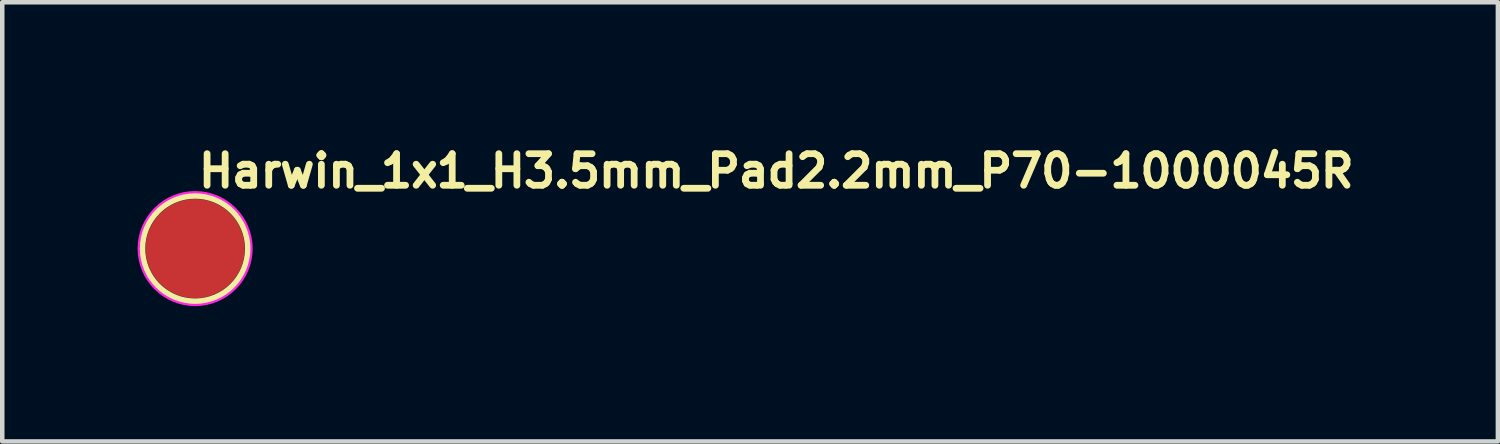
<source format=kicad_pcb>
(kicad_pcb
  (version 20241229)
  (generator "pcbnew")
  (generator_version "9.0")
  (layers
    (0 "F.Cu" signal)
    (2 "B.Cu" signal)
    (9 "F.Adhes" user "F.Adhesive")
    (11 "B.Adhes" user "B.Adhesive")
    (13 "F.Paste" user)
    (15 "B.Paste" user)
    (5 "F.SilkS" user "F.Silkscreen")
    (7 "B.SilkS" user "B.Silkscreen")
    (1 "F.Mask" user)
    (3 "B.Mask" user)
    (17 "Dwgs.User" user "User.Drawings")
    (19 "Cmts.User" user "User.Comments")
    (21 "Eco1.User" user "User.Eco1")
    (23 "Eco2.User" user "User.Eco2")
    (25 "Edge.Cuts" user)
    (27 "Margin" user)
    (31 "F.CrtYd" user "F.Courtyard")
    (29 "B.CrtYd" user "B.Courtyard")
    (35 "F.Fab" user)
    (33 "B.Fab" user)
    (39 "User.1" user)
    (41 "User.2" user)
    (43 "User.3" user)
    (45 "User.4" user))
  (footprint "Harwin_1x1_H3.5mm_Pad2.2mm_P70-1000045R"
    (layer "F.Cu")
    (at 1.275 2.46)
    (property "Reference" "Harwin_1x1_H3.5mm_Pad2.2mm_P70-1000045R" (at 0 -1.31 0) (layer "F.SilkS") (effects (font (size 0.7 0.7) (thickness 0.15)) (justify left bottom)))
    (attr smd)
    (fp_circle (center 0 0) (end 1.18 0) (stroke (width 0.15) (type solid)) (fill no) (layer "F.SilkS"))
    (fp_circle (center 0 0) (end 0 -1.25) (stroke (width 0.05) (type solid)) (fill no) (layer "F.CrtYd"))
    (fp_rect (start -1 -1) (end 1 1) (stroke (width 0.1) (type solid)) (fill no) (layer "User.5"))
    (fp_line (start -0.996 -0.087) (end -1 0) (stroke (width 0.02) (type solid)) (layer "User.9"))
    (fp_line (start -0.996 0.087) (end -1 0) (stroke (width 0.02) (type solid)) (layer "User.9"))
    (fp_line (start -0.985 -0.174) (end -0.996 -0.087) (stroke (width 0.02) (type solid)) (layer "User.9"))
    (fp_line (start -0.985 0.174) (end -0.996 0.087) (stroke (width 0.02) (type solid)) (layer "User.9"))
    (fp_line (start -0.966 -0.259) (end -0.985 -0.174) (stroke (width 0.02) (type solid)) (layer "User.9"))
    (fp_line (start -0.966 0.259) (end -0.985 0.174) (stroke (width 0.02) (type solid)) (layer "User.9"))
    (fp_line (start -0.94 -0.342) (end -0.966 -0.259) (stroke (width 0.02) (type solid)) (layer "User.9"))
    (fp_line (start -0.94 0.342) (end -0.966 0.259) (stroke (width 0.02) (type solid)) (layer "User.9"))
    (fp_line (start -0.906 -0.423) (end -0.94 -0.342) (stroke (width 0.02) (type solid)) (layer "User.9"))
    (fp_line (start -0.906 0.423) (end -0.94 0.342) (stroke (width 0.02) (type solid)) (layer "User.9"))
    (fp_line (start -0.866 -0.5) (end -0.906 -0.423) (stroke (width 0.02) (type solid)) (layer "User.9"))
    (fp_line (start -0.866 0.5) (end -0.906 0.423) (stroke (width 0.02) (type solid)) (layer "User.9"))
    (fp_line (start -0.819 -0.574) (end -0.866 -0.5) (stroke (width 0.02) (type solid)) (layer "User.9"))
    (fp_line (start -0.819 0.574) (end -0.866 0.5) (stroke (width 0.02) (type solid)) (layer "User.9"))
    (fp_line (start -0.796 -0.078) (end -0.8 0) (stroke (width 0.02) (type solid)) (layer "User.9"))
    (fp_line (start -0.796 0.078) (end -0.8 0) (stroke (width 0.02) (type solid)) (layer "User.9"))
    (fp_line (start -0.785 -0.156) (end -0.796 -0.078) (stroke (width 0.02) (type solid)) (layer "User.9"))
    (fp_line (start -0.785 0.156) (end -0.796 0.078) (stroke (width 0.02) (type solid)) (layer "User.9"))
    (fp_line (start -0.766 -0.643) (end -0.819 -0.574) (stroke (width 0.02) (type solid)) (layer "User.9"))
    (fp_line (start -0.766 -0.232) (end -0.785 -0.156) (stroke (width 0.02) (type solid)) (layer "User.9"))
    (fp_line (start -0.766 0.232) (end -0.785 0.156) (stroke (width 0.02) (type solid)) (layer "User.9"))
    (fp_line (start -0.766 0.643) (end -0.819 0.574) (stroke (width 0.02) (type solid)) (layer "User.9"))
    (fp_line (start -0.746 -0.076) (end -0.75 0) (stroke (width 0.02) (type solid)) (layer "User.9"))
    (fp_line (start -0.746 -0.076) (end -0.75 0) (stroke (width 0.02) (type solid)) (layer "User.9"))
    (fp_line (start -0.746 0.076) (end -0.75 0) (stroke (width 0.02) (type solid)) (layer "User.9"))
    (fp_line (start -0.746 0.076) (end -0.75 0) (stroke (width 0.02) (type solid)) (layer "User.9"))
    (fp_line (start -0.739 -0.306) (end -0.766 -0.232) (stroke (width 0.02) (type solid)) (layer "User.9"))
    (fp_line (start -0.739 0.306) (end -0.766 0.232) (stroke (width 0.02) (type solid)) (layer "User.9"))
    (fp_line (start -0.735 -0.151) (end -0.746 -0.076) (stroke (width 0.02) (type solid)) (layer "User.9"))
    (fp_line (start -0.735 -0.151) (end -0.746 -0.076) (stroke (width 0.02) (type solid)) (layer "User.9"))
    (fp_line (start -0.735 0.151) (end -0.746 0.076) (stroke (width 0.02) (type solid)) (layer "User.9"))
    (fp_line (start -0.735 0.151) (end -0.746 0.076) (stroke (width 0.02) (type solid)) (layer "User.9"))
    (fp_line (start -0.716 -0.225) (end -0.735 -0.151) (stroke (width 0.02) (type solid)) (layer "User.9"))
    (fp_line (start -0.716 -0.225) (end -0.735 -0.151) (stroke (width 0.02) (type solid)) (layer "User.9"))
    (fp_line (start -0.716 0.225) (end -0.735 0.151) (stroke (width 0.02) (type solid)) (layer "User.9"))
    (fp_line (start -0.716 0.225) (end -0.735 0.151) (stroke (width 0.02) (type solid)) (layer "User.9"))
    (fp_line (start -0.707 -0.707) (end -0.766 -0.643) (stroke (width 0.02) (type solid)) (layer "User.9"))
    (fp_line (start -0.707 0.707) (end -0.766 0.643) (stroke (width 0.02) (type solid)) (layer "User.9"))
    (fp_line (start -0.706 -0.377) (end -0.739 -0.306) (stroke (width 0.02) (type solid)) (layer "User.9"))
    (fp_line (start -0.706 0.377) (end -0.739 0.306) (stroke (width 0.02) (type solid)) (layer "User.9"))
    (fp_line (start -0.689 -0.296) (end -0.716 -0.225) (stroke (width 0.02) (type solid)) (layer "User.9"))
    (fp_line (start -0.689 -0.296) (end -0.716 -0.225) (stroke (width 0.02) (type solid)) (layer "User.9"))
    (fp_line (start -0.689 0.296) (end -0.716 0.225) (stroke (width 0.02) (type solid)) (layer "User.9"))
    (fp_line (start -0.689 0.296) (end -0.716 0.225) (stroke (width 0.02) (type solid)) (layer "User.9"))
    (fp_line (start -0.665 -0.444) (end -0.706 -0.377) (stroke (width 0.02) (type solid)) (layer "User.9"))
    (fp_line (start -0.665 0.444) (end -0.706 0.377) (stroke (width 0.02) (type solid)) (layer "User.9"))
    (fp_line (start -0.656 -0.364) (end -0.689 -0.296) (stroke (width 0.02) (type solid)) (layer "User.9"))
    (fp_line (start -0.656 -0.364) (end -0.689 -0.296) (stroke (width 0.02) (type solid)) (layer "User.9"))
    (fp_line (start -0.656 0.364) (end -0.689 0.296) (stroke (width 0.02) (type solid)) (layer "User.9"))
    (fp_line (start -0.656 0.364) (end -0.689 0.296) (stroke (width 0.02) (type solid)) (layer "User.9"))
    (fp_line (start -0.643 -0.766) (end -0.707 -0.707) (stroke (width 0.02) (type solid)) (layer "User.9"))
    (fp_line (start -0.643 0.766) (end -0.707 0.707) (stroke (width 0.02) (type solid)) (layer "User.9"))
    (fp_line (start -0.618 -0.508) (end -0.665 -0.444) (stroke (width 0.02) (type solid)) (layer "User.9"))
    (fp_line (start -0.618 0.508) (end -0.665 0.444) (stroke (width 0.02) (type solid)) (layer "User.9"))
    (fp_line (start -0.616 -0.428) (end -0.656 -0.364) (stroke (width 0.02) (type solid)) (layer "User.9"))
    (fp_line (start -0.616 -0.428) (end -0.656 -0.364) (stroke (width 0.02) (type solid)) (layer "User.9"))
    (fp_line (start -0.616 0.428) (end -0.656 0.364) (stroke (width 0.02) (type solid)) (layer "User.9"))
    (fp_line (start -0.616 0.428) (end -0.656 0.364) (stroke (width 0.02) (type solid)) (layer "User.9"))
    (fp_line (start -0.574 -0.819) (end -0.643 -0.766) (stroke (width 0.02) (type solid)) (layer "User.9"))
    (fp_line (start -0.574 0.819) (end -0.643 0.766) (stroke (width 0.02) (type solid)) (layer "User.9"))
    (fp_line (start -0.569 -0.489) (end -0.616 -0.428) (stroke (width 0.02) (type solid)) (layer "User.9"))
    (fp_line (start -0.569 -0.489) (end -0.616 -0.428) (stroke (width 0.02) (type solid)) (layer "User.9"))
    (fp_line (start -0.569 0.489) (end -0.616 0.428) (stroke (width 0.02) (type solid)) (layer "User.9"))
    (fp_line (start -0.569 0.489) (end -0.616 0.428) (stroke (width 0.02) (type solid)) (layer "User.9"))
    (fp_line (start -0.566 -0.566) (end -0.618 -0.508) (stroke (width 0.02) (type solid)) (layer "User.9"))
    (fp_line (start -0.566 0.566) (end -0.618 0.508) (stroke (width 0.02) (type solid)) (layer "User.9"))
    (fp_line (start -0.546 -0.064) (end -0.55 0) (stroke (width 0.02) (type solid)) (layer "User.9"))
    (fp_line (start -0.546 0.064) (end -0.55 0) (stroke (width 0.02) (type solid)) (layer "User.9"))
    (fp_line (start -0.535 -0.127) (end -0.546 -0.064) (stroke (width 0.02) (type solid)) (layer "User.9"))
    (fp_line (start -0.535 0.127) (end -0.546 0.064) (stroke (width 0.02) (type solid)) (layer "User.9"))
    (fp_line (start -0.517 -0.544) (end -0.569 -0.489) (stroke (width 0.02) (type solid)) (layer "User.9"))
    (fp_line (start -0.517 -0.544) (end -0.569 -0.489) (stroke (width 0.02) (type solid)) (layer "User.9"))
    (fp_line (start -0.517 -0.188) (end -0.535 -0.127) (stroke (width 0.02) (type solid)) (layer "User.9"))
    (fp_line (start -0.517 0.188) (end -0.535 0.127) (stroke (width 0.02) (type solid)) (layer "User.9"))
    (fp_line (start -0.517 0.544) (end -0.569 0.489) (stroke (width 0.02) (type solid)) (layer "User.9"))
    (fp_line (start -0.517 0.544) (end -0.569 0.489) (stroke (width 0.02) (type solid)) (layer "User.9"))
    (fp_line (start -0.508 -0.618) (end -0.566 -0.566) (stroke (width 0.02) (type solid)) (layer "User.9"))
    (fp_line (start -0.508 0.618) (end -0.566 0.566) (stroke (width 0.02) (type solid)) (layer "User.9"))
    (fp_line (start -0.5 -0.866) (end -0.574 -0.819) (stroke (width 0.02) (type solid)) (layer "User.9"))
    (fp_line (start -0.5 0.866) (end -0.574 0.819) (stroke (width 0.02) (type solid)) (layer "User.9"))
    (fp_line (start -0.491 -0.247) (end -0.517 -0.188) (stroke (width 0.02) (type solid)) (layer "User.9"))
    (fp_line (start -0.491 0.247) (end -0.517 0.188) (stroke (width 0.02) (type solid)) (layer "User.9"))
    (fp_line (start -0.46 -0.302) (end -0.491 -0.247) (stroke (width 0.02) (type solid)) (layer "User.9"))
    (fp_line (start -0.46 0.302) (end -0.491 0.247) (stroke (width 0.02) (type solid)) (layer "User.9"))
    (fp_line (start -0.459 -0.593) (end -0.517 -0.544) (stroke (width 0.02) (type solid)) (layer "User.9"))
    (fp_line (start -0.459 -0.593) (end -0.517 -0.544) (stroke (width 0.02) (type solid)) (layer "User.9"))
    (fp_line (start -0.459 0.593) (end -0.517 0.544) (stroke (width 0.02) (type solid)) (layer "User.9"))
    (fp_line (start -0.459 0.593) (end -0.517 0.544) (stroke (width 0.02) (type solid)) (layer "User.9"))
    (fp_line (start -0.446 -0.059) (end -0.45 0) (stroke (width 0.02) (type solid)) (layer "User.9"))
    (fp_line (start -0.446 -0.059) (end -0.45 0) (stroke (width 0.02) (type solid)) (layer "User.9"))
    (fp_line (start -0.446 0.059) (end -0.45 0) (stroke (width 0.02) (type solid)) (layer "User.9"))
    (fp_line (start -0.446 0.059) (end -0.45 0) (stroke (width 0.02) (type solid)) (layer "User.9"))
    (fp_line (start -0.444 -0.665) (end -0.508 -0.618) (stroke (width 0.02) (type solid)) (layer "User.9"))
    (fp_line (start -0.444 0.665) (end -0.508 0.618) (stroke (width 0.02) (type solid)) (layer "User.9"))
    (fp_line (start -0.435 -0.116) (end -0.446 -0.059) (stroke (width 0.02) (type solid)) (layer "User.9"))
    (fp_line (start -0.435 -0.116) (end -0.446 -0.059) (stroke (width 0.02) (type solid)) (layer "User.9"))
    (fp_line (start -0.435 0.116) (end -0.446 0.059) (stroke (width 0.02) (type solid)) (layer "User.9"))
    (fp_line (start -0.435 0.116) (end -0.446 0.059) (stroke (width 0.02) (type solid)) (layer "User.9"))
    (fp_line (start -0.423 -0.906) (end -0.5 -0.866) (stroke (width 0.02) (type solid)) (layer "User.9"))
    (fp_line (start -0.423 0.906) (end -0.5 0.866) (stroke (width 0.02) (type solid)) (layer "User.9"))
    (fp_line (start -0.421 -0.354) (end -0.46 -0.302) (stroke (width 0.02) (type solid)) (layer "User.9"))
    (fp_line (start -0.421 0.354) (end -0.46 0.302) (stroke (width 0.02) (type solid)) (layer "User.9"))
    (fp_line (start -0.416 -0.172) (end -0.435 -0.116) (stroke (width 0.02) (type solid)) (layer "User.9"))
    (fp_line (start -0.416 -0.172) (end -0.435 -0.116) (stroke (width 0.02) (type solid)) (layer "User.9"))
    (fp_line (start -0.416 0.172) (end -0.435 0.116) (stroke (width 0.02) (type solid)) (layer "User.9"))
    (fp_line (start -0.416 0.172) (end -0.435 0.116) (stroke (width 0.02) (type solid)) (layer "User.9"))
    (fp_line (start -0.397 -0.636) (end -0.459 -0.593) (stroke (width 0.02) (type solid)) (layer "User.9"))
    (fp_line (start -0.397 -0.636) (end -0.459 -0.593) (stroke (width 0.02) (type solid)) (layer "User.9"))
    (fp_line (start -0.397 0.636) (end -0.459 0.593) (stroke (width 0.02) (type solid)) (layer "User.9"))
    (fp_line (start -0.397 0.636) (end -0.459 0.593) (stroke (width 0.02) (type solid)) (layer "User.9"))
    (fp_line (start -0.39 -0.225) (end -0.416 -0.172) (stroke (width 0.02) (type solid)) (layer "User.9"))
    (fp_line (start -0.39 -0.225) (end -0.416 -0.172) (stroke (width 0.02) (type solid)) (layer "User.9"))
    (fp_line (start -0.39 0.225) (end -0.416 0.172) (stroke (width 0.02) (type solid)) (layer "User.9"))
    (fp_line (start -0.39 0.225) (end -0.416 0.172) (stroke (width 0.02) (type solid)) (layer "User.9"))
    (fp_line (start -0.377 -0.706) (end -0.444 -0.665) (stroke (width 0.02) (type solid)) (layer "User.9"))
    (fp_line (start -0.377 -0.4) (end -0.421 -0.354) (stroke (width 0.02) (type solid)) (layer "User.9"))
    (fp_line (start -0.377 0.4) (end -0.421 0.354) (stroke (width 0.02) (type solid)) (layer "User.9"))
    (fp_line (start -0.377 0.706) (end -0.444 0.665) (stroke (width 0.02) (type solid)) (layer "User.9"))
    (fp_line (start -0.357 -0.274) (end -0.39 -0.225) (stroke (width 0.02) (type solid)) (layer "User.9"))
    (fp_line (start -0.357 -0.274) (end -0.39 -0.225) (stroke (width 0.02) (type solid)) (layer "User.9"))
    (fp_line (start -0.357 0.274) (end -0.39 0.225) (stroke (width 0.02) (type solid)) (layer "User.9"))
    (fp_line (start -0.357 0.274) (end -0.39 0.225) (stroke (width 0.02) (type solid)) (layer "User.9"))
    (fp_line (start -0.342 -0.94) (end -0.423 -0.906) (stroke (width 0.02) (type solid)) (layer "User.9"))
    (fp_line (start -0.342 0.94) (end -0.423 0.906) (stroke (width 0.02) (type solid)) (layer "User.9"))
    (fp_line (start -0.33 -0.673) (end -0.397 -0.636) (stroke (width 0.02) (type solid)) (layer "User.9"))
    (fp_line (start -0.33 -0.673) (end -0.397 -0.636) (stroke (width 0.02) (type solid)) (layer "User.9"))
    (fp_line (start -0.33 0.673) (end -0.397 0.636) (stroke (width 0.02) (type solid)) (layer "User.9"))
    (fp_line (start -0.33 0.673) (end -0.397 0.636) (stroke (width 0.02) (type solid)) (layer "User.9"))
    (fp_line (start -0.328 -0.441) (end -0.377 -0.4) (stroke (width 0.02) (type solid)) (layer "User.9"))
    (fp_line (start -0.328 0.441) (end -0.377 0.4) (stroke (width 0.02) (type solid)) (layer "User.9"))
    (fp_line (start -0.318 -0.318) (end -0.357 -0.274) (stroke (width 0.02) (type solid)) (layer "User.9"))
    (fp_line (start -0.318 -0.318) (end -0.357 -0.274) (stroke (width 0.02) (type solid)) (layer "User.9"))
    (fp_line (start -0.318 0.318) (end -0.357 0.274) (stroke (width 0.02) (type solid)) (layer "User.9"))
    (fp_line (start -0.318 0.318) (end -0.357 0.274) (stroke (width 0.02) (type solid)) (layer "User.9"))
    (fp_line (start -0.306 -0.739) (end -0.377 -0.706) (stroke (width 0.02) (type solid)) (layer "User.9"))
    (fp_line (start -0.306 0.739) (end -0.377 0.706) (stroke (width 0.02) (type solid)) (layer "User.9"))
    (fp_line (start -0.275 -0.476) (end -0.328 -0.441) (stroke (width 0.02) (type solid)) (layer "User.9"))
    (fp_line (start -0.275 0.476) (end -0.328 0.441) (stroke (width 0.02) (type solid)) (layer "User.9"))
    (fp_line (start -0.274 -0.357) (end -0.318 -0.318) (stroke (width 0.02) (type solid)) (layer "User.9"))
    (fp_line (start -0.274 -0.357) (end -0.318 -0.318) (stroke (width 0.02) (type solid)) (layer "User.9"))
    (fp_line (start -0.274 0.357) (end -0.318 0.318) (stroke (width 0.02) (type solid)) (layer "User.9"))
    (fp_line (start -0.274 0.357) (end -0.318 0.318) (stroke (width 0.02) (type solid)) (layer "User.9"))
    (fp_line (start -0.26 -0.703) (end -0.33 -0.673) (stroke (width 0.02) (type solid)) (layer "User.9"))
    (fp_line (start -0.26 -0.703) (end -0.33 -0.673) (stroke (width 0.02) (type solid)) (layer "User.9"))
    (fp_line (start -0.26 0.703) (end -0.33 0.673) (stroke (width 0.02) (type solid)) (layer "User.9"))
    (fp_line (start -0.26 0.703) (end -0.33 0.673) (stroke (width 0.02) (type solid)) (layer "User.9"))
    (fp_line (start -0.259 -0.966) (end -0.342 -0.94) (stroke (width 0.02) (type solid)) (layer "User.9"))
    (fp_line (start -0.259 0.966) (end -0.342 0.94) (stroke (width 0.02) (type solid)) (layer "User.9"))
    (fp_line (start -0.232 -0.766) (end -0.306 -0.739) (stroke (width 0.02) (type solid)) (layer "User.9"))
    (fp_line (start -0.232 0.766) (end -0.306 0.739) (stroke (width 0.02) (type solid)) (layer "User.9"))
    (fp_line (start -0.225 -0.39) (end -0.274 -0.357) (stroke (width 0.02) (type solid)) (layer "User.9"))
    (fp_line (start -0.225 -0.39) (end -0.274 -0.357) (stroke (width 0.02) (type solid)) (layer "User.9"))
    (fp_line (start -0.225 0.39) (end -0.274 0.357) (stroke (width 0.02) (type solid)) (layer "User.9"))
    (fp_line (start -0.225 0.39) (end -0.274 0.357) (stroke (width 0.02) (type solid)) (layer "User.9"))
    (fp_line (start -0.218 -0.505) (end -0.275 -0.476) (stroke (width 0.02) (type solid)) (layer "User.9"))
    (fp_line (start -0.218 0.505) (end -0.275 0.476) (stroke (width 0.02) (type solid)) (layer "User.9"))
    (fp_line (start -0.188 -0.726) (end -0.26 -0.703) (stroke (width 0.02) (type solid)) (layer "User.9"))
    (fp_line (start -0.188 -0.726) (end -0.26 -0.703) (stroke (width 0.02) (type solid)) (layer "User.9"))
    (fp_line (start -0.188 0.726) (end -0.26 0.703) (stroke (width 0.02) (type solid)) (layer "User.9"))
    (fp_line (start -0.188 0.726) (end -0.26 0.703) (stroke (width 0.02) (type solid)) (layer "User.9"))
    (fp_line (start -0.174 -0.985) (end -0.259 -0.966) (stroke (width 0.02) (type solid)) (layer "User.9"))
    (fp_line (start -0.174 0.985) (end -0.259 0.966) (stroke (width 0.02) (type solid)) (layer "User.9"))
    (fp_line (start -0.172 -0.416) (end -0.225 -0.39) (stroke (width 0.02) (type solid)) (layer "User.9"))
    (fp_line (start -0.172 -0.416) (end -0.225 -0.39) (stroke (width 0.02) (type solid)) (layer "User.9"))
    (fp_line (start -0.172 0.416) (end -0.225 0.39) (stroke (width 0.02) (type solid)) (layer "User.9"))
    (fp_line (start -0.172 0.416) (end -0.225 0.39) (stroke (width 0.02) (type solid)) (layer "User.9"))
    (fp_line (start -0.158 -0.527) (end -0.218 -0.505) (stroke (width 0.02) (type solid)) (layer "User.9"))
    (fp_line (start -0.158 0.527) (end -0.218 0.505) (stroke (width 0.02) (type solid)) (layer "User.9"))
    (fp_line (start -0.156 -0.785) (end -0.232 -0.766) (stroke (width 0.02) (type solid)) (layer "User.9"))
    (fp_line (start -0.156 0.785) (end -0.232 0.766) (stroke (width 0.02) (type solid)) (layer "User.9"))
    (fp_line (start -0.116 -0.435) (end -0.172 -0.416) (stroke (width 0.02) (type solid)) (layer "User.9"))
    (fp_line (start -0.116 -0.435) (end -0.172 -0.416) (stroke (width 0.02) (type solid)) (layer "User.9"))
    (fp_line (start -0.116 0.435) (end -0.172 0.416) (stroke (width 0.02) (type solid)) (layer "User.9"))
    (fp_line (start -0.116 0.435) (end -0.172 0.416) (stroke (width 0.02) (type solid)) (layer "User.9"))
    (fp_line (start -0.114 -0.741) (end -0.188 -0.726) (stroke (width 0.02) (type solid)) (layer "User.9"))
    (fp_line (start -0.114 -0.741) (end -0.188 -0.726) (stroke (width 0.02) (type solid)) (layer "User.9"))
    (fp_line (start -0.114 0.741) (end -0.188 0.726) (stroke (width 0.02) (type solid)) (layer "User.9"))
    (fp_line (start -0.114 0.741) (end -0.188 0.726) (stroke (width 0.02) (type solid)) (layer "User.9"))
    (fp_line (start -0.096 -0.542) (end -0.158 -0.527) (stroke (width 0.02) (type solid)) (layer "User.9"))
    (fp_line (start -0.096 0.542) (end -0.158 0.527) (stroke (width 0.02) (type solid)) (layer "User.9"))
    (fp_line (start -0.087 -0.996) (end -0.174 -0.985) (stroke (width 0.02) (type solid)) (layer "User.9"))
    (fp_line (start -0.087 0.996) (end -0.174 0.985) (stroke (width 0.02) (type solid)) (layer "User.9"))
    (fp_line (start -0.078 -0.796) (end -0.156 -0.785) (stroke (width 0.02) (type solid)) (layer "User.9"))
    (fp_line (start -0.078 0.796) (end -0.156 0.785) (stroke (width 0.02) (type solid)) (layer "User.9"))
    (fp_line (start -0.059 -0.446) (end -0.116 -0.435) (stroke (width 0.02) (type solid)) (layer "User.9"))
    (fp_line (start -0.059 -0.446) (end -0.116 -0.435) (stroke (width 0.02) (type solid)) (layer "User.9"))
    (fp_line (start -0.059 0.446) (end -0.116 0.435) (stroke (width 0.02) (type solid)) (layer "User.9"))
    (fp_line (start -0.059 0.446) (end -0.116 0.435) (stroke (width 0.02) (type solid)) (layer "User.9"))
    (fp_line (start -0.038 -0.749) (end -0.114 -0.741) (stroke (width 0.02) (type solid)) (layer "User.9"))
    (fp_line (start -0.038 -0.749) (end -0.114 -0.741) (stroke (width 0.02) (type solid)) (layer "User.9"))
    (fp_line (start -0.038 0.749) (end -0.114 0.741) (stroke (width 0.02) (type solid)) (layer "User.9"))
    (fp_line (start -0.038 0.749) (end -0.114 0.741) (stroke (width 0.02) (type solid)) (layer "User.9"))
    (fp_line (start -0.032 -0.549) (end -0.096 -0.542) (stroke (width 0.02) (type solid)) (layer "User.9"))
    (fp_line (start -0.032 0.549) (end -0.096 0.542) (stroke (width 0.02) (type solid)) (layer "User.9"))
    (fp_line (start 0 -1) (end -0.087 -0.996) (stroke (width 0.02) (type solid)) (layer "User.9"))
    (fp_line (start 0 -0.8) (end -0.078 -0.796) (stroke (width 0.02) (type solid)) (layer "User.9"))
    (fp_line (start 0 -0.45) (end -0.059 -0.446) (stroke (width 0.02) (type solid)) (layer "User.9"))
    (fp_line (start 0 -0.45) (end -0.059 -0.446) (stroke (width 0.02) (type solid)) (layer "User.9"))
    (fp_line (start 0 0.45) (end -0.059 0.446) (stroke (width 0.02) (type solid)) (layer "User.9"))
    (fp_line (start 0 0.45) (end -0.059 0.446) (stroke (width 0.02) (type solid)) (layer "User.9"))
    (fp_line (start 0 0.8) (end -0.078 0.796) (stroke (width 0.02) (type solid)) (layer "User.9"))
    (fp_line (start 0 1) (end -0.087 0.996) (stroke (width 0.02) (type solid)) (layer "User.9"))
    (fp_line (start 0.032 -0.549) (end -0.032 -0.549) (stroke (width 0.02) (type solid)) (layer "User.9"))
    (fp_line (start 0.032 0.549) (end -0.032 0.549) (stroke (width 0.02) (type solid)) (layer "User.9"))
    (fp_line (start 0.038 -0.749) (end -0.038 -0.749) (stroke (width 0.02) (type solid)) (layer "User.9"))
    (fp_line (start 0.038 -0.749) (end -0.038 -0.749) (stroke (width 0.02) (type solid)) (layer "User.9"))
    (fp_line (start 0.038 0.749) (end -0.038 0.749) (stroke (width 0.02) (type solid)) (layer "User.9"))
    (fp_line (start 0.038 0.749) (end -0.038 0.749) (stroke (width 0.02) (type solid)) (layer "User.9"))
    (fp_line (start 0.059 -0.446) (end 0 -0.45) (stroke (width 0.02) (type solid)) (layer "User.9"))
    (fp_line (start 0.059 -0.446) (end 0 -0.45) (stroke (width 0.02) (type solid)) (layer "User.9"))
    (fp_line (start 0.059 0.446) (end 0 0.45) (stroke (width 0.02) (type solid)) (layer "User.9"))
    (fp_line (start 0.059 0.446) (end 0 0.45) (stroke (width 0.02) (type solid)) (layer "User.9"))
    (fp_line (start 0.078 -0.796) (end 0 -0.8) (stroke (width 0.02) (type solid)) (layer "User.9"))
    (fp_line (start 0.078 0.796) (end 0 0.8) (stroke (width 0.02) (type solid)) (layer "User.9"))
    (fp_line (start 0.087 -0.996) (end 0 -1) (stroke (width 0.02) (type solid)) (layer "User.9"))
    (fp_line (start 0.087 0.996) (end 0 1) (stroke (width 0.02) (type solid)) (layer "User.9"))
    (fp_line (start 0.096 -0.542) (end 0.032 -0.549) (stroke (width 0.02) (type solid)) (layer "User.9"))
    (fp_line (start 0.096 0.542) (end 0.032 0.549) (stroke (width 0.02) (type solid)) (layer "User.9"))
    (fp_line (start 0.114 -0.741) (end 0.038 -0.749) (stroke (width 0.02) (type solid)) (layer "User.9"))
    (fp_line (start 0.114 -0.741) (end 0.038 -0.749) (stroke (width 0.02) (type solid)) (layer "User.9"))
    (fp_line (start 0.114 0.741) (end 0.038 0.749) (stroke (width 0.02) (type solid)) (layer "User.9"))
    (fp_line (start 0.114 0.741) (end 0.038 0.749) (stroke (width 0.02) (type solid)) (layer "User.9"))
    (fp_line (start 0.116 -0.435) (end 0.059 -0.446) (stroke (width 0.02) (type solid)) (layer "User.9"))
    (fp_line (start 0.116 -0.435) (end 0.059 -0.446) (stroke (width 0.02) (type solid)) (layer "User.9"))
    (fp_line (start 0.116 0.435) (end 0.059 0.446) (stroke (width 0.02) (type solid)) (layer "User.9"))
    (fp_line (start 0.116 0.435) (end 0.059 0.446) (stroke (width 0.02) (type solid)) (layer "User.9"))
    (fp_line (start 0.156 -0.785) (end 0.078 -0.796) (stroke (width 0.02) (type solid)) (layer "User.9"))
    (fp_line (start 0.156 0.785) (end 0.078 0.796) (stroke (width 0.02) (type solid)) (layer "User.9"))
    (fp_line (start 0.158 -0.527) (end 0.096 -0.542) (stroke (width 0.02) (type solid)) (layer "User.9"))
    (fp_line (start 0.158 0.527) (end 0.096 0.542) (stroke (width 0.02) (type solid)) (layer "User.9"))
    (fp_line (start 0.172 -0.416) (end 0.116 -0.435) (stroke (width 0.02) (type solid)) (layer "User.9"))
    (fp_line (start 0.172 -0.416) (end 0.116 -0.435) (stroke (width 0.02) (type solid)) (layer "User.9"))
    (fp_line (start 0.172 0.416) (end 0.116 0.435) (stroke (width 0.02) (type solid)) (layer "User.9"))
    (fp_line (start 0.172 0.416) (end 0.116 0.435) (stroke (width 0.02) (type solid)) (layer "User.9"))
    (fp_line (start 0.174 -0.985) (end 0.087 -0.996) (stroke (width 0.02) (type solid)) (layer "User.9"))
    (fp_line (start 0.174 0.985) (end 0.087 0.996) (stroke (width 0.02) (type solid)) (layer "User.9"))
    (fp_line (start 0.188 -0.726) (end 0.114 -0.741) (stroke (width 0.02) (type solid)) (layer "User.9"))
    (fp_line (start 0.188 -0.726) (end 0.114 -0.741) (stroke (width 0.02) (type solid)) (layer "User.9"))
    (fp_line (start 0.188 0.726) (end 0.114 0.741) (stroke (width 0.02) (type solid)) (layer "User.9"))
    (fp_line (start 0.188 0.726) (end 0.114 0.741) (stroke (width 0.02) (type solid)) (layer "User.9"))
    (fp_line (start 0.218 -0.505) (end 0.158 -0.527) (stroke (width 0.02) (type solid)) (layer "User.9"))
    (fp_line (start 0.218 0.505) (end 0.158 0.527) (stroke (width 0.02) (type solid)) (layer "User.9"))
    (fp_line (start 0.225 -0.39) (end 0.172 -0.416) (stroke (width 0.02) (type solid)) (layer "User.9"))
    (fp_line (start 0.225 -0.39) (end 0.172 -0.416) (stroke (width 0.02) (type solid)) (layer "User.9"))
    (fp_line (start 0.225 0.39) (end 0.172 0.416) (stroke (width 0.02) (type solid)) (layer "User.9"))
    (fp_line (start 0.225 0.39) (end 0.172 0.416) (stroke (width 0.02) (type solid)) (layer "User.9"))
    (fp_line (start 0.232 -0.766) (end 0.156 -0.785) (stroke (width 0.02) (type solid)) (layer "User.9"))
    (fp_line (start 0.232 0.766) (end 0.156 0.785) (stroke (width 0.02) (type solid)) (layer "User.9"))
    (fp_line (start 0.259 -0.966) (end 0.174 -0.985) (stroke (width 0.02) (type solid)) (layer "User.9"))
    (fp_line (start 0.259 0.966) (end 0.174 0.985) (stroke (width 0.02) (type solid)) (layer "User.9"))
    (fp_line (start 0.26 -0.703) (end 0.188 -0.726) (stroke (width 0.02) (type solid)) (layer "User.9"))
    (fp_line (start 0.26 -0.703) (end 0.188 -0.726) (stroke (width 0.02) (type solid)) (layer "User.9"))
    (fp_line (start 0.26 0.703) (end 0.188 0.726) (stroke (width 0.02) (type solid)) (layer "User.9"))
    (fp_line (start 0.26 0.703) (end 0.188 0.726) (stroke (width 0.02) (type solid)) (layer "User.9"))
    (fp_line (start 0.274 -0.357) (end 0.225 -0.39) (stroke (width 0.02) (type solid)) (layer "User.9"))
    (fp_line (start 0.274 -0.357) (end 0.225 -0.39) (stroke (width 0.02) (type solid)) (layer "User.9"))
    (fp_line (start 0.274 0.357) (end 0.225 0.39) (stroke (width 0.02) (type solid)) (layer "User.9"))
    (fp_line (start 0.274 0.357) (end 0.225 0.39) (stroke (width 0.02) (type solid)) (layer "User.9"))
    (fp_line (start 0.275 -0.476) (end 0.218 -0.505) (stroke (width 0.02) (type solid)) (layer "User.9"))
    (fp_line (start 0.275 0.476) (end 0.218 0.505) (stroke (width 0.02) (type solid)) (layer "User.9"))
    (fp_line (start 0.306 -0.739) (end 0.232 -0.766) (stroke (width 0.02) (type solid)) (layer "User.9"))
    (fp_line (start 0.306 0.739) (end 0.232 0.766) (stroke (width 0.02) (type solid)) (layer "User.9"))
    (fp_line (start 0.318 -0.318) (end 0.274 -0.357) (stroke (width 0.02) (type solid)) (layer "User.9"))
    (fp_line (start 0.318 -0.318) (end 0.274 -0.357) (stroke (width 0.02) (type solid)) (layer "User.9"))
    (fp_line (start 0.318 0.318) (end 0.274 0.357) (stroke (width 0.02) (type solid)) (layer "User.9"))
    (fp_line (start 0.318 0.318) (end 0.274 0.357) (stroke (width 0.02) (type solid)) (layer "User.9"))
    (fp_line (start 0.328 -0.441) (end 0.275 -0.476) (stroke (width 0.02) (type solid)) (layer "User.9"))
    (fp_line (start 0.328 0.441) (end 0.275 0.476) (stroke (width 0.02) (type solid)) (layer "User.9"))
    (fp_line (start 0.33 -0.673) (end 0.26 -0.703) (stroke (width 0.02) (type solid)) (layer "User.9"))
    (fp_line (start 0.33 -0.673) (end 0.26 -0.703) (stroke (width 0.02) (type solid)) (layer "User.9"))
    (fp_line (start 0.33 0.673) (end 0.26 0.703) (stroke (width 0.02) (type solid)) (layer "User.9"))
    (fp_line (start 0.33 0.673) (end 0.26 0.703) (stroke (width 0.02) (type solid)) (layer "User.9"))
    (fp_line (start 0.342 -0.94) (end 0.259 -0.966) (stroke (width 0.02) (type solid)) (layer "User.9"))
    (fp_line (start 0.342 0.94) (end 0.259 0.966) (stroke (width 0.02) (type solid)) (layer "User.9"))
    (fp_line (start 0.357 -0.274) (end 0.318 -0.318) (stroke (width 0.02) (type solid)) (layer "User.9"))
    (fp_line (start 0.357 -0.274) (end 0.318 -0.318) (stroke (width 0.02) (type solid)) (layer "User.9"))
    (fp_line (start 0.357 0.274) (end 0.318 0.318) (stroke (width 0.02) (type solid)) (layer "User.9"))
    (fp_line (start 0.357 0.274) (end 0.318 0.318) (stroke (width 0.02) (type solid)) (layer "User.9"))
    (fp_line (start 0.377 -0.706) (end 0.306 -0.739) (stroke (width 0.02) (type solid)) (layer "User.9"))
    (fp_line (start 0.377 -0.4) (end 0.328 -0.441) (stroke (width 0.02) (type solid)) (layer "User.9"))
    (fp_line (start 0.377 0.4) (end 0.328 0.441) (stroke (width 0.02) (type solid)) (layer "User.9"))
    (fp_line (start 0.377 0.706) (end 0.306 0.739) (stroke (width 0.02) (type solid)) (layer "User.9"))
    (fp_line (start 0.39 -0.225) (end 0.357 -0.274) (stroke (width 0.02) (type solid)) (layer "User.9"))
    (fp_line (start 0.39 -0.225) (end 0.357 -0.274) (stroke (width 0.02) (type solid)) (layer "User.9"))
    (fp_line (start 0.39 0.225) (end 0.357 0.274) (stroke (width 0.02) (type solid)) (layer "User.9"))
    (fp_line (start 0.39 0.225) (end 0.357 0.274) (stroke (width 0.02) (type solid)) (layer "User.9"))
    (fp_line (start 0.397 -0.636) (end 0.33 -0.673) (stroke (width 0.02) (type solid)) (layer "User.9"))
    (fp_line (start 0.397 -0.636) (end 0.33 -0.673) (stroke (width 0.02) (type solid)) (layer "User.9"))
    (fp_line (start 0.397 0.636) (end 0.33 0.673) (stroke (width 0.02) (type solid)) (layer "User.9"))
    (fp_line (start 0.397 0.636) (end 0.33 0.673) (stroke (width 0.02) (type solid)) (layer "User.9"))
    (fp_line (start 0.416 -0.172) (end 0.39 -0.225) (stroke (width 0.02) (type solid)) (layer "User.9"))
    (fp_line (start 0.416 -0.172) (end 0.39 -0.225) (stroke (width 0.02) (type solid)) (layer "User.9"))
    (fp_line (start 0.416 0.172) (end 0.39 0.225) (stroke (width 0.02) (type solid)) (layer "User.9"))
    (fp_line (start 0.416 0.172) (end 0.39 0.225) (stroke (width 0.02) (type solid)) (layer "User.9"))
    (fp_line (start 0.421 -0.354) (end 0.377 -0.4) (stroke (width 0.02) (type solid)) (layer "User.9"))
    (fp_line (start 0.421 0.354) (end 0.377 0.4) (stroke (width 0.02) (type solid)) (layer "User.9"))
    (fp_line (start 0.423 -0.906) (end 0.342 -0.94) (stroke (width 0.02) (type solid)) (layer "User.9"))
    (fp_line (start 0.423 0.906) (end 0.342 0.94) (stroke (width 0.02) (type solid)) (layer "User.9"))
    (fp_line (start 0.435 -0.116) (end 0.416 -0.172) (stroke (width 0.02) (type solid)) (layer "User.9"))
    (fp_line (start 0.435 -0.116) (end 0.416 -0.172) (stroke (width 0.02) (type solid)) (layer "User.9"))
    (fp_line (start 0.435 0.116) (end 0.416 0.172) (stroke (width 0.02) (type solid)) (layer "User.9"))
    (fp_line (start 0.435 0.116) (end 0.416 0.172) (stroke (width 0.02) (type solid)) (layer "User.9"))
    (fp_line (start 0.444 -0.665) (end 0.377 -0.706) (stroke (width 0.02) (type solid)) (layer "User.9"))
    (fp_line (start 0.444 0.665) (end 0.377 0.706) (stroke (width 0.02) (type solid)) (layer "User.9"))
    (fp_line (start 0.446 -0.059) (end 0.435 -0.116) (stroke (width 0.02) (type solid)) (layer "User.9"))
    (fp_line (start 0.446 -0.059) (end 0.435 -0.116) (stroke (width 0.02) (type solid)) (layer "User.9"))
    (fp_line (start 0.446 0.059) (end 0.435 0.116) (stroke (width 0.02) (type solid)) (layer "User.9"))
    (fp_line (start 0.446 0.059) (end 0.435 0.116) (stroke (width 0.02) (type solid)) (layer "User.9"))
    (fp_line (start 0.45 0) (end 0.446 -0.059) (stroke (width 0.02) (type solid)) (layer "User.9"))
    (fp_line (start 0.45 0) (end 0.446 -0.059) (stroke (width 0.02) (type solid)) (layer "User.9"))
    (fp_line (start 0.45 0) (end 0.446 0.059) (stroke (width 0.02) (type solid)) (layer "User.9"))
    (fp_line (start 0.45 0) (end 0.446 0.059) (stroke (width 0.02) (type solid)) (layer "User.9"))
    (fp_line (start 0.459 -0.593) (end 0.397 -0.636) (stroke (width 0.02) (type solid)) (layer "User.9"))
    (fp_line (start 0.459 -0.593) (end 0.397 -0.636) (stroke (width 0.02) (type solid)) (layer "User.9"))
    (fp_line (start 0.459 0.593) (end 0.397 0.636) (stroke (width 0.02) (type solid)) (layer "User.9"))
    (fp_line (start 0.459 0.593) (end 0.397 0.636) (stroke (width 0.02) (type solid)) (layer "User.9"))
    (fp_line (start 0.46 -0.302) (end 0.421 -0.354) (stroke (width 0.02) (type solid)) (layer "User.9"))
    (fp_line (start 0.46 0.302) (end 0.421 0.354) (stroke (width 0.02) (type solid)) (layer "User.9"))
    (fp_line (start 0.491 -0.247) (end 0.46 -0.302) (stroke (width 0.02) (type solid)) (layer "User.9"))
    (fp_line (start 0.491 0.247) (end 0.46 0.302) (stroke (width 0.02) (type solid)) (layer "User.9"))
    (fp_line (start 0.5 -0.866) (end 0.423 -0.906) (stroke (width 0.02) (type solid)) (layer "User.9"))
    (fp_line (start 0.5 0.866) (end 0.423 0.906) (stroke (width 0.02) (type solid)) (layer "User.9"))
    (fp_line (start 0.508 -0.618) (end 0.444 -0.665) (stroke (width 0.02) (type solid)) (layer "User.9"))
    (fp_line (start 0.508 0.618) (end 0.444 0.665) (stroke (width 0.02) (type solid)) (layer "User.9"))
    (fp_line (start 0.517 -0.544) (end 0.459 -0.593) (stroke (width 0.02) (type solid)) (layer "User.9"))
    (fp_line (start 0.517 -0.544) (end 0.459 -0.593) (stroke (width 0.02) (type solid)) (layer "User.9"))
    (fp_line (start 0.517 -0.188) (end 0.491 -0.247) (stroke (width 0.02) (type solid)) (layer "User.9"))
    (fp_line (start 0.517 0.188) (end 0.491 0.247) (stroke (width 0.02) (type solid)) (layer "User.9"))
    (fp_line (start 0.517 0.544) (end 0.459 0.593) (stroke (width 0.02) (type solid)) (layer "User.9"))
    (fp_line (start 0.517 0.544) (end 0.459 0.593) (stroke (width 0.02) (type solid)) (layer "User.9"))
    (fp_line (start 0.535 -0.127) (end 0.517 -0.188) (stroke (width 0.02) (type solid)) (layer "User.9"))
    (fp_line (start 0.535 0.127) (end 0.517 0.188) (stroke (width 0.02) (type solid)) (layer "User.9"))
    (fp_line (start 0.546 -0.064) (end 0.535 -0.127) (stroke (width 0.02) (type solid)) (layer "User.9"))
    (fp_line (start 0.546 0.064) (end 0.535 0.127) (stroke (width 0.02) (type solid)) (layer "User.9"))
    (fp_line (start 0.55 0) (end 0.546 -0.064) (stroke (width 0.02) (type solid)) (layer "User.9"))
    (fp_line (start 0.55 0) (end 0.546 0.064) (stroke (width 0.02) (type solid)) (layer "User.9"))
    (fp_line (start 0.566 -0.566) (end 0.508 -0.618) (stroke (width 0.02) (type solid)) (layer "User.9"))
    (fp_line (start 0.566 0.566) (end 0.508 0.618) (stroke (width 0.02) (type solid)) (layer "User.9"))
    (fp_line (start 0.569 -0.489) (end 0.517 -0.544) (stroke (width 0.02) (type solid)) (layer "User.9"))
    (fp_line (start 0.569 -0.489) (end 0.517 -0.544) (stroke (width 0.02) (type solid)) (layer "User.9"))
    (fp_line (start 0.569 0.489) (end 0.517 0.544) (stroke (width 0.02) (type solid)) (layer "User.9"))
    (fp_line (start 0.569 0.489) (end 0.517 0.544) (stroke (width 0.02) (type solid)) (layer "User.9"))
    (fp_line (start 0.574 -0.819) (end 0.5 -0.866) (stroke (width 0.02) (type solid)) (layer "User.9"))
    (fp_line (start 0.574 0.819) (end 0.5 0.866) (stroke (width 0.02) (type solid)) (layer "User.9"))
    (fp_line (start 0.616 -0.428) (end 0.569 -0.489) (stroke (width 0.02) (type solid)) (layer "User.9"))
    (fp_line (start 0.616 -0.428) (end 0.569 -0.489) (stroke (width 0.02) (type solid)) (layer "User.9"))
    (fp_line (start 0.616 0.428) (end 0.569 0.489) (stroke (width 0.02) (type solid)) (layer "User.9"))
    (fp_line (start 0.616 0.428) (end 0.569 0.489) (stroke (width 0.02) (type solid)) (layer "User.9"))
    (fp_line (start 0.618 -0.508) (end 0.566 -0.566) (stroke (width 0.02) (type solid)) (layer "User.9"))
    (fp_line (start 0.618 0.508) (end 0.566 0.566) (stroke (width 0.02) (type solid)) (layer "User.9"))
    (fp_line (start 0.643 -0.766) (end 0.574 -0.819) (stroke (width 0.02) (type solid)) (layer "User.9"))
    (fp_line (start 0.643 0.766) (end 0.574 0.819) (stroke (width 0.02) (type solid)) (layer "User.9"))
    (fp_line (start 0.656 -0.364) (end 0.616 -0.428) (stroke (width 0.02) (type solid)) (layer "User.9"))
    (fp_line (start 0.656 -0.364) (end 0.616 -0.428) (stroke (width 0.02) (type solid)) (layer "User.9"))
    (fp_line (start 0.656 0.364) (end 0.616 0.428) (stroke (width 0.02) (type solid)) (layer "User.9"))
    (fp_line (start 0.656 0.364) (end 0.616 0.428) (stroke (width 0.02) (type solid)) (layer "User.9"))
    (fp_line (start 0.665 -0.444) (end 0.618 -0.508) (stroke (width 0.02) (type solid)) (layer "User.9"))
    (fp_line (start 0.665 0.444) (end 0.618 0.508) (stroke (width 0.02) (type solid)) (layer "User.9"))
    (fp_line (start 0.689 -0.296) (end 0.656 -0.364) (stroke (width 0.02) (type solid)) (layer "User.9"))
    (fp_line (start 0.689 -0.296) (end 0.656 -0.364) (stroke (width 0.02) (type solid)) (layer "User.9"))
    (fp_line (start 0.689 0.296) (end 0.656 0.364) (stroke (width 0.02) (type solid)) (layer "User.9"))
    (fp_line (start 0.689 0.296) (end 0.656 0.364) (stroke (width 0.02) (type solid)) (layer "User.9"))
    (fp_line (start 0.706 -0.377) (end 0.665 -0.444) (stroke (width 0.02) (type solid)) (layer "User.9"))
    (fp_line (start 0.706 0.377) (end 0.665 0.444) (stroke (width 0.02) (type solid)) (layer "User.9"))
    (fp_line (start 0.707 -0.707) (end 0.643 -0.766) (stroke (width 0.02) (type solid)) (layer "User.9"))
    (fp_line (start 0.707 0.707) (end 0.643 0.766) (stroke (width 0.02) (type solid)) (layer "User.9"))
    (fp_line (start 0.716 -0.225) (end 0.689 -0.296) (stroke (width 0.02) (type solid)) (layer "User.9"))
    (fp_line (start 0.716 -0.225) (end 0.689 -0.296) (stroke (width 0.02) (type solid)) (layer "User.9"))
    (fp_line (start 0.716 0.225) (end 0.689 0.296) (stroke (width 0.02) (type solid)) (layer "User.9"))
    (fp_line (start 0.716 0.225) (end 0.689 0.296) (stroke (width 0.02) (type solid)) (layer "User.9"))
    (fp_line (start 0.735 -0.151) (end 0.716 -0.225) (stroke (width 0.02) (type solid)) (layer "User.9"))
    (fp_line (start 0.735 -0.151) (end 0.716 -0.225) (stroke (width 0.02) (type solid)) (layer "User.9"))
    (fp_line (start 0.735 0.151) (end 0.716 0.225) (stroke (width 0.02) (type solid)) (layer "User.9"))
    (fp_line (start 0.735 0.151) (end 0.716 0.225) (stroke (width 0.02) (type solid)) (layer "User.9"))
    (fp_line (start 0.739 -0.306) (end 0.706 -0.377) (stroke (width 0.02) (type solid)) (layer "User.9"))
    (fp_line (start 0.739 0.306) (end 0.706 0.377) (stroke (width 0.02) (type solid)) (layer "User.9"))
    (fp_line (start 0.746 -0.076) (end 0.735 -0.151) (stroke (width 0.02) (type solid)) (layer "User.9"))
    (fp_line (start 0.746 -0.076) (end 0.735 -0.151) (stroke (width 0.02) (type solid)) (layer "User.9"))
    (fp_line (start 0.746 0.076) (end 0.735 0.151) (stroke (width 0.02) (type solid)) (layer "User.9"))
    (fp_line (start 0.746 0.076) (end 0.735 0.151) (stroke (width 0.02) (type solid)) (layer "User.9"))
    (fp_line (start 0.75 0) (end 0.746 -0.076) (stroke (width 0.02) (type solid)) (layer "User.9"))
    (fp_line (start 0.75 0) (end 0.746 -0.076) (stroke (width 0.02) (type solid)) (layer "User.9"))
    (fp_line (start 0.75 0) (end 0.746 0.076) (stroke (width 0.02) (type solid)) (layer "User.9"))
    (fp_line (start 0.75 0) (end 0.746 0.076) (stroke (width 0.02) (type solid)) (layer "User.9"))
    (fp_line (start 0.766 -0.643) (end 0.707 -0.707) (stroke (width 0.02) (type solid)) (layer "User.9"))
    (fp_line (start 0.766 -0.232) (end 0.739 -0.306) (stroke (width 0.02) (type solid)) (layer "User.9"))
    (fp_line (start 0.766 0.232) (end 0.739 0.306) (stroke (width 0.02) (type solid)) (layer "User.9"))
    (fp_line (start 0.766 0.643) (end 0.707 0.707) (stroke (width 0.02) (type solid)) (layer "User.9"))
    (fp_line (start 0.785 -0.156) (end 0.766 -0.232) (stroke (width 0.02) (type solid)) (layer "User.9"))
    (fp_line (start 0.785 0.156) (end 0.766 0.232) (stroke (width 0.02) (type solid)) (layer "User.9"))
    (fp_line (start 0.796 -0.078) (end 0.785 -0.156) (stroke (width 0.02) (type solid)) (layer "User.9"))
    (fp_line (start 0.796 0.078) (end 0.785 0.156) (stroke (width 0.02) (type solid)) (layer "User.9"))
    (fp_line (start 0.8 0) (end 0.796 -0.078) (stroke (width 0.02) (type solid)) (layer "User.9"))
    (fp_line (start 0.8 0) (end 0.796 0.078) (stroke (width 0.02) (type solid)) (layer "User.9"))
    (fp_line (start 0.819 -0.574) (end 0.766 -0.643) (stroke (width 0.02) (type solid)) (layer "User.9"))
    (fp_line (start 0.819 0.574) (end 0.766 0.643) (stroke (width 0.02) (type solid)) (layer "User.9"))
    (fp_line (start 0.866 -0.5) (end 0.819 -0.574) (stroke (width 0.02) (type solid)) (layer "User.9"))
    (fp_line (start 0.866 0.5) (end 0.819 0.574) (stroke (width 0.02) (type solid)) (layer "User.9"))
    (fp_line (start 0.906 -0.423) (end 0.866 -0.5) (stroke (width 0.02) (type solid)) (layer "User.9"))
    (fp_line (start 0.906 0.423) (end 0.866 0.5) (stroke (width 0.02) (type solid)) (layer "User.9"))
    (fp_line (start 0.94 -0.342) (end 0.906 -0.423) (stroke (width 0.02) (type solid)) (layer "User.9"))
    (fp_line (start 0.94 0.342) (end 0.906 0.423) (stroke (width 0.02) (type solid)) (layer "User.9"))
    (fp_line (start 0.966 -0.259) (end 0.94 -0.342) (stroke (width 0.02) (type solid)) (layer "User.9"))
    (fp_line (start 0.966 0.259) (end 0.94 0.342) (stroke (width 0.02) (type solid)) (layer "User.9"))
    (fp_line (start 0.985 -0.174) (end 0.966 -0.259) (stroke (width 0.02) (type solid)) (layer "User.9"))
    (fp_line (start 0.985 0.174) (end 0.966 0.259) (stroke (width 0.02) (type solid)) (layer "User.9"))
    (fp_line (start 0.996 -0.087) (end 0.985 -0.174) (stroke (width 0.02) (type solid)) (layer "User.9"))
    (fp_line (start 0.996 0.087) (end 0.985 0.174) (stroke (width 0.02) (type solid)) (layer "User.9"))
    (fp_line (start 1 0) (end 0.996 -0.087) (stroke (width 0.02) (type solid)) (layer "User.9"))
    (fp_line (start 1 0) (end 0.996 0.087) (stroke (width 0.02) (type solid)) (layer "User.9"))
    (pad "1" smd circle (at 0 0) (size 2.2 2.2) (layers "F.Cu" "F.Mask" "F.Paste")))
  (gr_rect
    (start -3 -3)
    (end 30.152 6.735)
    (stroke (width 0.1) (type default))
    (fill no)
    (layer "Edge.Cuts")))
</source>
